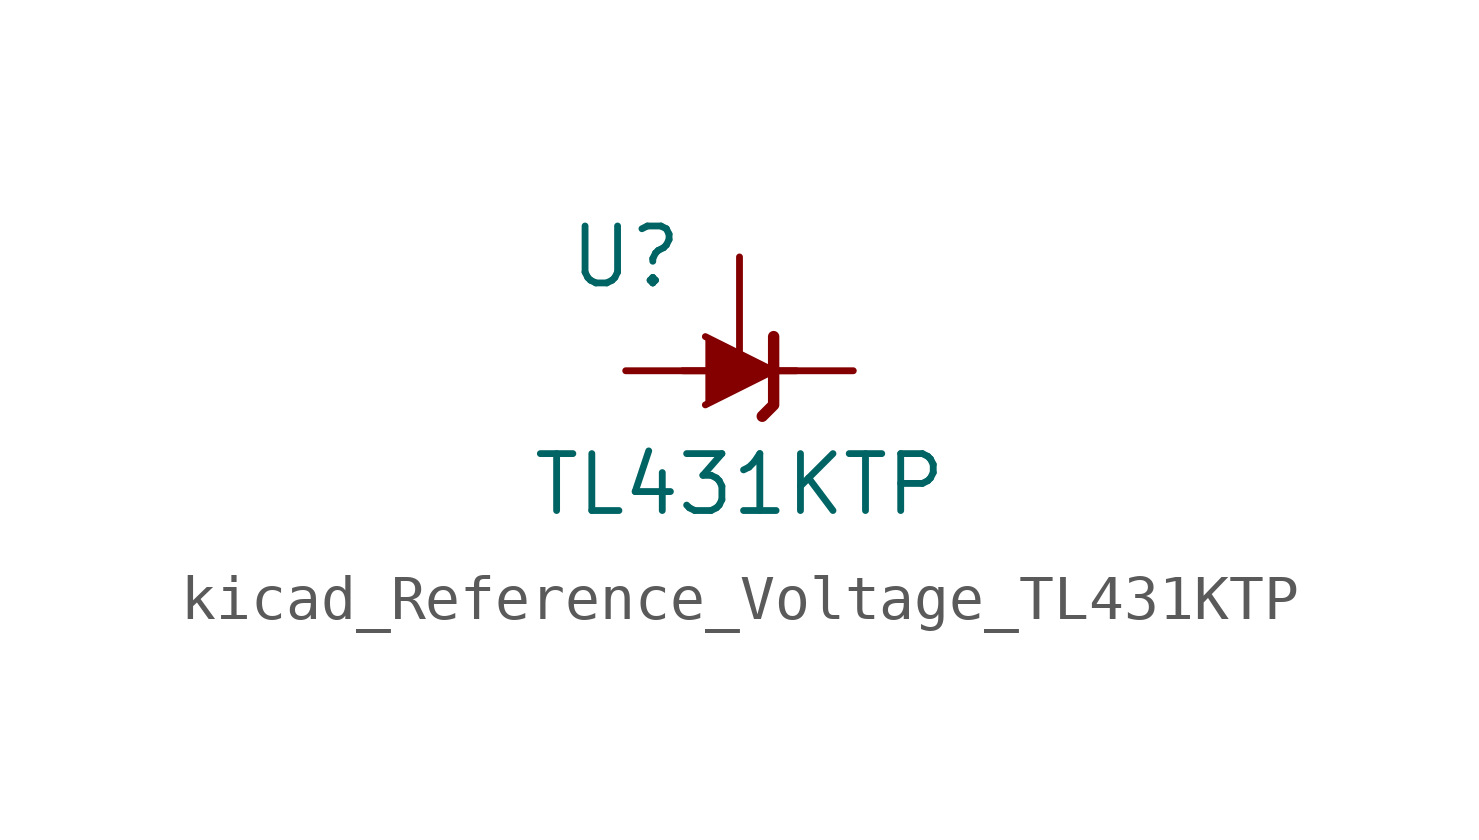
<source format=kicad_sym>
(kicad_symbol_lib
  (version 20220914)
  (generator kicad_symbol_editor)
  (symbol "kicad_Reference_Voltage_TL431KTP"
    (pin_numbers hide)
    (pin_names hide)
    (property "Reference" "U"
      (at -2.54 2.54 0)
      (effects (font (size 1.27 1.27))))
    (property "Value" "TL431KTP"
      (at 0 -2.54 0)
      (effects (font (size 1.27 1.27))))
    (symbol "kicad_Reference_Voltage_TL431KTP_0_1"
      (polyline (pts (xy -1.27 0) (xy 0 0) (xy 1.27 0)) (stroke (width 0) (type default)) (fill (type none)))
      (polyline (pts (xy -0.762 0.762) (xy 0.762 0) (xy -0.762 -0.762)) (stroke (width 0) (type default)) (fill (type outline)))
      (polyline (pts (xy 0.508 -1.016) (xy 0.762 -0.762) (xy 0.762 0.762) (xy 0.762 0.762)) (stroke (width 0.254) (type default)) (fill (type none))))
    (symbol "kicad_Reference_Voltage_TL431KTP_1_1"
      (pin passive line (at 0 2.54 270) (length 2.54) (name "REF" (effects (font (size 1.27 1.27)))) (number "1" (effects (font (size 1.27 1.27)))))
      (pin passive line (at -2.54 0 0) (length 2.54) (name "A" (effects (font (size 1.27 1.27)))) (number "2" (effects (font (size 1.27 1.27)))))
      (pin passive line (at 2.54 0 180) (length 2.54) (name "K" (effects (font (size 1.27 1.27)))) (number "3" (effects (font (size 1.27 1.27))))))))
</source>
